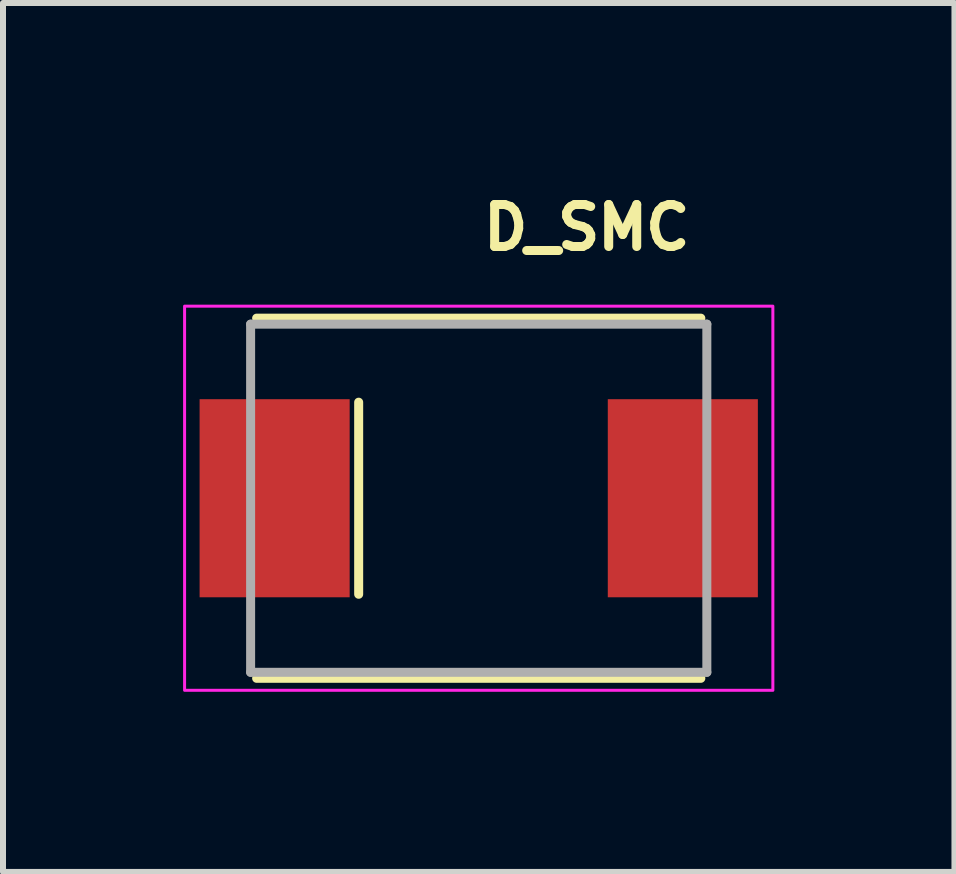
<source format=kicad_pcb>
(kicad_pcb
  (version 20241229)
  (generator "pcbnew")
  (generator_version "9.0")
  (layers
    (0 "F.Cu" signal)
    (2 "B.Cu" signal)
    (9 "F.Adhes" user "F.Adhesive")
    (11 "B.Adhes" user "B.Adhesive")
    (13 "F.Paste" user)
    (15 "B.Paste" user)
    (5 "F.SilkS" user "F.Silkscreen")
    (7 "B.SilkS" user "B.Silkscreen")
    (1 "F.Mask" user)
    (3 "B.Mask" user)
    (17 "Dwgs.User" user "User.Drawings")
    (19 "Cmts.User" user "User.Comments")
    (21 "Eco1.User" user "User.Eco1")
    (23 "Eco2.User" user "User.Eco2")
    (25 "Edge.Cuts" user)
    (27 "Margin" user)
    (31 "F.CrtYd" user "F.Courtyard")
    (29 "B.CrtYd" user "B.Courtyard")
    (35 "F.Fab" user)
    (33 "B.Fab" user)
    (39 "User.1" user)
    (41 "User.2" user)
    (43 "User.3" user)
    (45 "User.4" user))
  (footprint "D_SMC"
    (layer "F.Cu")
    (at 4.925 5.25)
    (property "Reference" "D_SMC" (at 0 -4.1 0) (layer "F.SilkS") (effects (font (size 0.7 0.7) (thickness 0.15)) (justify left bottom)))
    (attr smd)
    (fp_line (start -3.7 -3) (end 3.7 -3) (stroke (width 0.15) (type solid)) (layer "F.SilkS"))
    (fp_line (start -3.7 3) (end 3.7 3) (stroke (width 0.15) (type solid)) (layer "F.SilkS"))
    (fp_line (start -2 -1.6) (end -2 1.6) (stroke (width 0.15) (type solid)) (layer "F.SilkS"))
    (fp_rect (start -4.9 -3.2) (end 4.9 3.2) (stroke (width 0.05) (type default)) (fill no) (layer "F.CrtYd"))
    (fp_line (start -3.8 2.9) (end -3.8 -2.9) (stroke (width 0.15) (type solid)) (layer "F.Fab"))
    (fp_line (start 3.8 -2.9) (end -3.8 -2.9) (stroke (width 0.15) (type solid)) (layer "F.Fab"))
    (fp_line (start 3.8 -2.9) (end 3.8 2.9) (stroke (width 0.15) (type solid)) (layer "F.Fab"))
    (fp_line (start 3.8 2.9) (end -3.8 2.9) (stroke (width 0.15) (type solid)) (layer "F.Fab"))
    (fp_line (start -4 -1.5) (end -3.853 -1.5) (stroke (width 0.02) (type solid)) (layer "User.9"))
    (fp_line (start -4 1.5) (end -4 -1.5) (stroke (width 0.02) (type solid)) (layer "User.9"))
    (fp_line (start -4 1.5) (end -4 -1.5) (stroke (width 0.02) (type solid)) (layer "User.9"))
    (fp_line (start -4 1.5) (end -3.853 1.5) (stroke (width 0.02) (type solid)) (layer "User.9"))
    (fp_line (start -3.853 -1.5) (end -3.78 -1.5) (stroke (width 0.02) (type solid)) (layer "User.9"))
    (fp_line (start -3.78 -2.95) (end -3.78 2.95) (stroke (width 0.02) (type solid)) (layer "User.9"))
    (fp_line (start -3.78 -2.95) (end -3.691 -2.861) (stroke (width 0.02) (type solid)) (layer "User.9"))
    (fp_line (start -3.78 1.5) (end -3.853 1.5) (stroke (width 0.02) (type solid)) (layer "User.9"))
    (fp_line (start -3.78 2.95) (end -3.691 2.861) (stroke (width 0.02) (type solid)) (layer "User.9"))
    (fp_line (start -3.78 2.95) (end 3.78 2.95) (stroke (width 0.02) (type solid)) (layer "User.9"))
    (fp_line (start -3.691 -2.861) (end -3.691 2.861) (stroke (width 0.02) (type solid)) (layer "User.9"))
    (fp_line (start -3.691 2.861) (end 3.691 2.861) (stroke (width 0.02) (type solid)) (layer "User.9"))
    (fp_line (start -3.601 -2.771) (end -3.601 2.771) (stroke (width 0.02) (type solid)) (layer "User.9"))
    (fp_line (start -3.601 2.771) (end -3.001 2.771) (stroke (width 0.02) (type solid)) (layer "User.9"))
    (fp_line (start -3.001 -2.771) (end -3.601 -2.771) (stroke (width 0.02) (type solid)) (layer "User.9"))
    (fp_line (start -3.001 2.771) (end -3.001 -2.771) (stroke (width 0.02) (type solid)) (layer "User.9"))
    (fp_line (start 3.691 -2.861) (end -3.691 -2.861) (stroke (width 0.02) (type solid)) (layer "User.9"))
    (fp_line (start 3.691 2.861) (end 3.691 -2.861) (stroke (width 0.02) (type solid)) (layer "User.9"))
    (fp_line (start 3.78 -2.95) (end -3.78 -2.95) (stroke (width 0.02) (type solid)) (layer "User.9"))
    (fp_line (start 3.78 -2.95) (end 3.691 -2.861) (stroke (width 0.02) (type solid)) (layer "User.9"))
    (fp_line (start 3.78 -1.5) (end 3.853 -1.5) (stroke (width 0.02) (type solid)) (layer "User.9"))
    (fp_line (start 3.78 2.95) (end 3.691 2.861) (stroke (width 0.02) (type solid)) (layer "User.9"))
    (fp_line (start 3.78 2.95) (end 3.78 -2.95) (stroke (width 0.02) (type solid)) (layer "User.9"))
    (fp_line (start 3.853 1.5) (end 3.78 1.5) (stroke (width 0.02) (type solid)) (layer "User.9"))
    (fp_line (start 4 -1.5) (end 3.853 -1.5) (stroke (width 0.02) (type solid)) (layer "User.9"))
    (fp_line (start 4 -1.5) (end 4 1.5) (stroke (width 0.02) (type solid)) (layer "User.9"))
    (fp_line (start 4 -1.5) (end 4 1.5) (stroke (width 0.02) (type solid)) (layer "User.9"))
    (fp_line (start 4 1.5) (end 3.853 1.5) (stroke (width 0.02) (type solid)) (layer "User.9"))
    (pad "1" smd rect (at -3.4 0 90) (size 3.3 2.5) (layers "F.Cu" "F.Mask" "F.Paste"))
    (pad "2" smd rect (at 3.4 0 90) (size 3.3 2.5) (layers "F.Cu" "F.Mask" "F.Paste")))
  (gr_rect
    (start -3 -3)
    (end 12.85 11.475)
    (stroke (width 0.1) (type default))
    (fill no)
    (layer "Edge.Cuts")))
</source>
